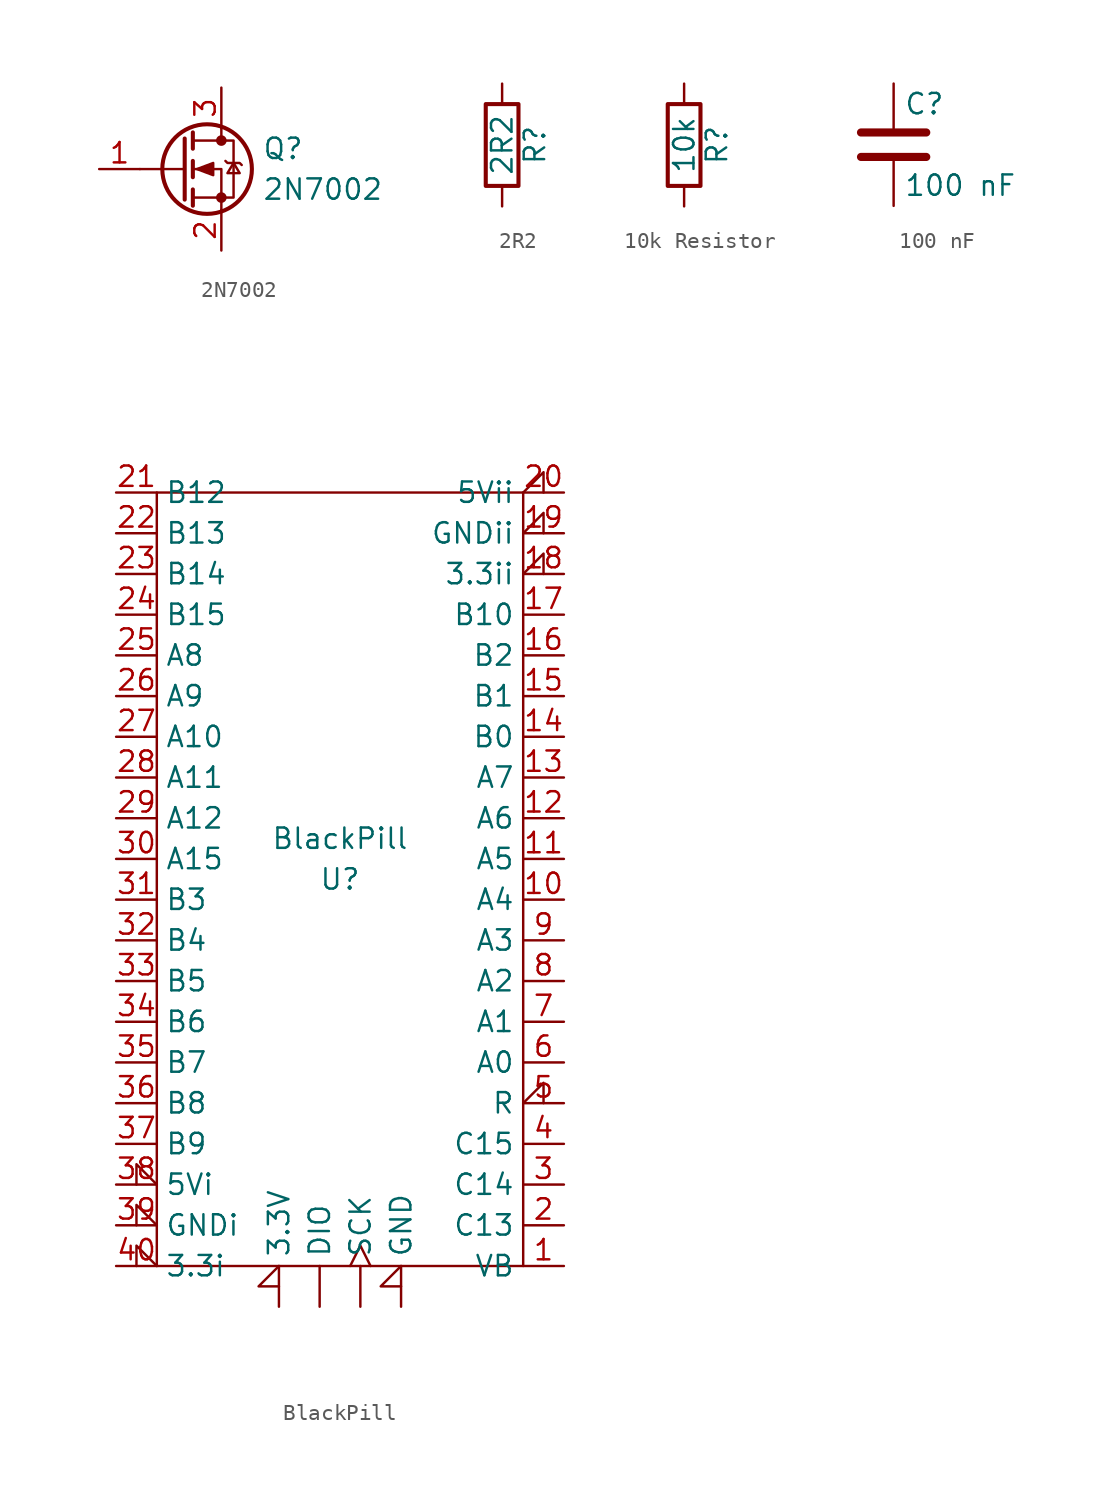
<source format=kicad_sym>
(kicad_symbol_lib
  (version 20231120)
  (generator "kicad_symbol_editor")
  (generator_version "8.0")
  (symbol "2N7002"
    (pin_names
      (offset 0) hide)
    (property "Reference" "Q"
      (at 5.08 1.27 0)
      (effects (font (size 1.27 1.27)) (justify left)))
    (property "Value" "2N7002"
      (at 5.08 -1.27 0)
      (effects (font (size 1.27 1.27)) (justify left)))
    (symbol "2N7002_0_1"
      (polyline (pts (xy 0.254 0) (xy -2.54 0)) (stroke (width 0) (type default)) (fill (type none)))
      (polyline (pts (xy 0.254 1.905) (xy 0.254 -1.905)) (stroke (width 0.254) (type default)) (fill (type none)))
      (polyline (pts (xy 0.762 -1.27) (xy 0.762 -2.286)) (stroke (width 0.254) (type default)) (fill (type none)))
      (polyline (pts (xy 0.762 0.508) (xy 0.762 -0.508)) (stroke (width 0.254) (type default)) (fill (type none)))
      (polyline (pts (xy 0.762 2.286) (xy 0.762 1.27)) (stroke (width 0.254) (type default)) (fill (type none)))
      (polyline (pts (xy 2.54 2.54) (xy 2.54 1.778)) (stroke (width 0) (type default)) (fill (type none)))
      (polyline (pts (xy 2.54 -2.54) (xy 2.54 0) (xy 0.762 0)) (stroke (width 0) (type default)) (fill (type none)))
      (polyline (pts (xy 0.762 -1.778) (xy 3.302 -1.778) (xy 3.302 1.778) (xy 0.762 1.778)) (stroke (width 0) (type default)) (fill (type none)))
      (polyline (pts (xy 1.016 0) (xy 2.032 0.381) (xy 2.032 -0.381) (xy 1.016 0)) (stroke (width 0) (type default)) (fill (type outline)))
      (polyline (pts (xy 2.794 0.508) (xy 2.921 0.381) (xy 3.683 0.381) (xy 3.81 0.254)) (stroke (width 0) (type default)) (fill (type none)))
      (polyline (pts (xy 3.302 0.381) (xy 2.921 -0.254) (xy 3.683 -0.254) (xy 3.302 0.381)) (stroke (width 0) (type default)) (fill (type none)))
      (circle (center 1.651 0) (radius 2.794) (stroke (width 0.254) (type default)) (fill (type none)))
      (circle (center 2.54 -1.778) (radius 0.254) (stroke (width 0) (type default)) (fill (type outline)))
      (circle (center 2.54 1.778) (radius 0.254) (stroke (width 0) (type default)) (fill (type outline))))
    (symbol "2N7002_1_1"
      (pin input line (at -5.08 0 0) (length 2.54) (name "G" (effects (font (size 1.27 1.27)))) (number "1" (effects (font (size 1.27 1.27)))))
      (pin passive line (at 2.54 -5.08 90) (length 2.54) (name "S" (effects (font (size 1.27 1.27)))) (number "2" (effects (font (size 1.27 1.27)))))
      (pin passive line (at 2.54 5.08 270) (length 2.54) (name "D" (effects (font (size 1.27 1.27)))) (number "3" (effects (font (size 1.27 1.27)))))))
  (symbol "2R2"
    (pin_numbers hide)
    (pin_names
      (offset 0))
    (property "Reference" "R"
      (at 2.032 0 90)
      (effects (font (size 1.27 1.27))))
    (property "Value" "2R2"
      (at 0 0 90)
      (effects (font (size 1.27 1.27))))
    (symbol "2R2_0_1"
      (rectangle (start -1.016 -2.54) (end 1.016 2.54) (stroke (width 0.254) (type default)) (fill (type none))))
    (symbol "2R2_1_1"
      (pin passive line (at 0 3.81 270) (length 1.27) (name "~" (effects (font (size 1.27 1.27)))) (number "1" (effects (font (size 1.27 1.27)))))
      (pin passive line (at 0 -3.81 90) (length 1.27) (name "~" (effects (font (size 1.27 1.27)))) (number "2" (effects (font (size 1.27 1.27)))))))
  (symbol "10k Resistor"
    (pin_numbers hide)
    (pin_names
      (offset 0))
    (property "Reference" "R"
      (at 2.032 0 90)
      (effects (font (size 1.27 1.27))))
    (property "Value" "10k"
      (at 0 0 90)
      (effects (font (size 1.27 1.27))))
    (symbol "10k Resistor_0_1"
      (rectangle (start -1.016 -2.54) (end 1.016 2.54) (stroke (width 0.254) (type default)) (fill (type none))))
    (symbol "10k Resistor_1_1"
      (pin passive line (at 0 3.81 270) (length 1.27) (name "~" (effects (font (size 1.27 1.27)))) (number "1" (effects (font (size 1.27 1.27)))))
      (pin passive line (at 0 -3.81 90) (length 1.27) (name "~" (effects (font (size 1.27 1.27)))) (number "2" (effects (font (size 1.27 1.27)))))))
  (symbol "100 nF"
    (pin_numbers hide)
    (pin_names
      (offset 0.254))
    (property "Reference" "C"
      (at 0.635 2.54 0)
      (effects (font (size 1.27 1.27)) (justify left)))
    (property "Value" "100 nF"
      (at 0.635 -2.54 0)
      (effects (font (size 1.27 1.27)) (justify left)))
    (symbol "100 nF_0_1"
      (polyline (pts (xy -2.032 -0.762) (xy 2.032 -0.762)) (stroke (width 0.508) (type default)) (fill (type none)))
      (polyline (pts (xy -2.032 0.762) (xy 2.032 0.762)) (stroke (width 0.508) (type default)) (fill (type none))))
    (symbol "100 nF_1_1"
      (pin passive line (at 0 3.81 270) (length 2.794) (name "~" (effects (font (size 1.27 1.27)))) (number "1" (effects (font (size 1.27 1.27)))))
      (pin passive line (at 0 -3.81 90) (length 2.794) (name "~" (effects (font (size 1.27 1.27)))) (number "2" (effects (font (size 1.27 1.27)))))))
  (symbol "BlackPill"
    (property "Reference" "U"
      (at 0 0 0)
      (effects (font (size 1.27 1.27))))
    (property "Value" "BlackPill"
      (at 0 2.54 0)
      (effects (font (size 1.27 1.27))))
    (symbol "BlackPill_0_1"
      (rectangle (start -11.43 24.13) (end 11.43 -24.13) (stroke (width 0) (type default)) (fill (type none))))
    (symbol "BlackPill_1_1"
      (pin power_in input_low (at -3.81 -26.67 90) (length 2.54) (name "3.3V" (effects (font (size 1.27 1.27)))) (number "" (effects (font (size 1.27 1.27)))))
      (pin bidirectional line (at -1.27 -26.67 90) (length 2.54) (name "DIO" (effects (font (size 1.27 1.27)))) (number "" (effects (font (size 1.27 1.27)))))
      (pin power_in input_low (at 3.81 -26.67 90) (length 2.54) (name "GND" (effects (font (size 1.27 1.27)))) (number "" (effects (font (size 1.27 1.27)))))
      (pin bidirectional clock (at 1.27 -26.67 90) (length 2.54) (name "SCK" (effects (font (size 1.27 1.27)))) (number "" (effects (font (size 1.27 1.27)))))
      (pin bidirectional line (at 13.97 -24.13 180) (length 2.54) (name "VB" (effects (font (size 1.27 1.27)))) (number "1" (effects (font (size 1.27 1.27)))))
      (pin bidirectional line (at 13.97 -1.27 180) (length 2.54) (name "A4" (effects (font (size 1.27 1.27)))) (number "10" (effects (font (size 1.27 1.27)))))
      (pin bidirectional line (at 13.97 1.27 180) (length 2.54) (name "A5" (effects (font (size 1.27 1.27)))) (number "11" (effects (font (size 1.27 1.27)))))
      (pin bidirectional line (at 13.97 3.81 180) (length 2.54) (name "A6" (effects (font (size 1.27 1.27)))) (number "12" (effects (font (size 1.27 1.27)))))
      (pin bidirectional line (at 13.97 6.35 180) (length 2.54) (name "A7" (effects (font (size 1.27 1.27)))) (number "13" (effects (font (size 1.27 1.27)))))
      (pin bidirectional line (at 13.97 8.89 180) (length 2.54) (name "B0" (effects (font (size 1.27 1.27)))) (number "14" (effects (font (size 1.27 1.27)))))
      (pin bidirectional line (at 13.97 11.43 180) (length 2.54) (name "B1" (effects (font (size 1.27 1.27)))) (number "15" (effects (font (size 1.27 1.27)))))
      (pin bidirectional line (at 13.97 13.97 180) (length 2.54) (name "B2" (effects (font (size 1.27 1.27)))) (number "16" (effects (font (size 1.27 1.27)))))
      (pin bidirectional line (at 13.97 16.51 180) (length 2.54) (name "B10" (effects (font (size 1.27 1.27)))) (number "17" (effects (font (size 1.27 1.27)))))
      (pin power_in input_low (at 13.97 19.05 180) (length 2.54) (name "3.3ii" (effects (font (size 1.27 1.27)))) (number "18" (effects (font (size 1.27 1.27)))))
      (pin power_in input_low (at 13.97 21.59 180) (length 2.54) (name "GNDii" (effects (font (size 1.27 1.27)))) (number "19" (effects (font (size 1.27 1.27)))))
      (pin bidirectional line (at 13.97 -21.59 180) (length 2.54) (name "C13" (effects (font (size 1.27 1.27)))) (number "2" (effects (font (size 1.27 1.27)))))
      (pin power_in input_low (at 13.97 24.13 180) (length 2.54) (name "5Vii" (effects (font (size 1.27 1.27)))) (number "20" (effects (font (size 1.27 1.27)))))
      (pin bidirectional line (at -13.97 24.13 0) (length 2.54) (name "B12" (effects (font (size 1.27 1.27)))) (number "21" (effects (font (size 1.27 1.27)))))
      (pin bidirectional line (at -13.97 21.59 0) (length 2.54) (name "B13" (effects (font (size 1.27 1.27)))) (number "22" (effects (font (size 1.27 1.27)))))
      (pin bidirectional line (at -13.97 19.05 0) (length 2.54) (name "B14" (effects (font (size 1.27 1.27)))) (number "23" (effects (font (size 1.27 1.27)))))
      (pin bidirectional line (at -13.97 16.51 0) (length 2.54) (name "B15" (effects (font (size 1.27 1.27)))) (number "24" (effects (font (size 1.27 1.27)))))
      (pin bidirectional line (at -13.97 13.97 0) (length 2.54) (name "A8" (effects (font (size 1.27 1.27)))) (number "25" (effects (font (size 1.27 1.27)))))
      (pin bidirectional line (at -13.97 11.43 0) (length 2.54) (name "A9" (effects (font (size 1.27 1.27)))) (number "26" (effects (font (size 1.27 1.27)))))
      (pin bidirectional line (at -13.97 8.89 0) (length 2.54) (name "A10" (effects (font (size 1.27 1.27)))) (number "27" (effects (font (size 1.27 1.27)))))
      (pin bidirectional line (at -13.97 6.35 0) (length 2.54) (name "A11" (effects (font (size 1.27 1.27)))) (number "28" (effects (font (size 1.27 1.27)))))
      (pin bidirectional line (at -13.97 3.81 0) (length 2.54) (name "A12" (effects (font (size 1.27 1.27)))) (number "29" (effects (font (size 1.27 1.27)))))
      (pin bidirectional line (at 13.97 -19.05 180) (length 2.54) (name "C14" (effects (font (size 1.27 1.27)))) (number "3" (effects (font (size 1.27 1.27)))))
      (pin bidirectional line (at -13.97 1.27 0) (length 2.54) (name "A15" (effects (font (size 1.27 1.27)))) (number "30" (effects (font (size 1.27 1.27)))))
      (pin bidirectional line (at -13.97 -1.27 0) (length 2.54) (name "B3" (effects (font (size 1.27 1.27)))) (number "31" (effects (font (size 1.27 1.27)))))
      (pin bidirectional line (at -13.97 -3.81 0) (length 2.54) (name "B4" (effects (font (size 1.27 1.27)))) (number "32" (effects (font (size 1.27 1.27)))))
      (pin bidirectional line (at -13.97 -6.35 0) (length 2.54) (name "B5" (effects (font (size 1.27 1.27)))) (number "33" (effects (font (size 1.27 1.27)))))
      (pin bidirectional line (at -13.97 -8.89 0) (length 2.54) (name "B6" (effects (font (size 1.27 1.27)))) (number "34" (effects (font (size 1.27 1.27)))))
      (pin bidirectional line (at -13.97 -11.43 0) (length 2.54) (name "B7" (effects (font (size 1.27 1.27)))) (number "35" (effects (font (size 1.27 1.27)))))
      (pin bidirectional line (at -13.97 -13.97 0) (length 2.54) (name "B8" (effects (font (size 1.27 1.27)))) (number "36" (effects (font (size 1.27 1.27)))))
      (pin bidirectional line (at -13.97 -16.51 0) (length 2.54) (name "B9" (effects (font (size 1.27 1.27)))) (number "37" (effects (font (size 1.27 1.27)))))
      (pin power_in input_low (at -13.97 -19.05 0) (length 2.54) (name "5Vi" (effects (font (size 1.27 1.27)))) (number "38" (effects (font (size 1.27 1.27)))))
      (pin power_in input_low (at -13.97 -21.59 0) (length 2.54) (name "GNDi" (effects (font (size 1.27 1.27)))) (number "39" (effects (font (size 1.27 1.27)))))
      (pin bidirectional line (at 13.97 -16.51 180) (length 2.54) (name "C15" (effects (font (size 1.27 1.27)))) (number "4" (effects (font (size 1.27 1.27)))))
      (pin power_in input_low (at -13.97 -24.13 0) (length 2.54) (name "3.3i" (effects (font (size 1.27 1.27)))) (number "40" (effects (font (size 1.27 1.27)))))
      (pin input input_low (at 13.97 -13.97 180) (length 2.54) (name "R" (effects (font (size 1.27 1.27)))) (number "5" (effects (font (size 1.27 1.27)))))
      (pin bidirectional line (at 13.97 -11.43 180) (length 2.54) (name "A0" (effects (font (size 1.27 1.27)))) (number "6" (effects (font (size 1.27 1.27)))))
      (pin bidirectional line (at 13.97 -8.89 180) (length 2.54) (name "A1" (effects (font (size 1.27 1.27)))) (number "7" (effects (font (size 1.27 1.27)))))
      (pin bidirectional line (at 13.97 -6.35 180) (length 2.54) (name "A2" (effects (font (size 1.27 1.27)))) (number "8" (effects (font (size 1.27 1.27)))))
      (pin bidirectional line (at 13.97 -3.81 180) (length 2.54) (name "A3" (effects (font (size 1.27 1.27)))) (number "9" (effects (font (size 1.27 1.27))))))))
</source>
